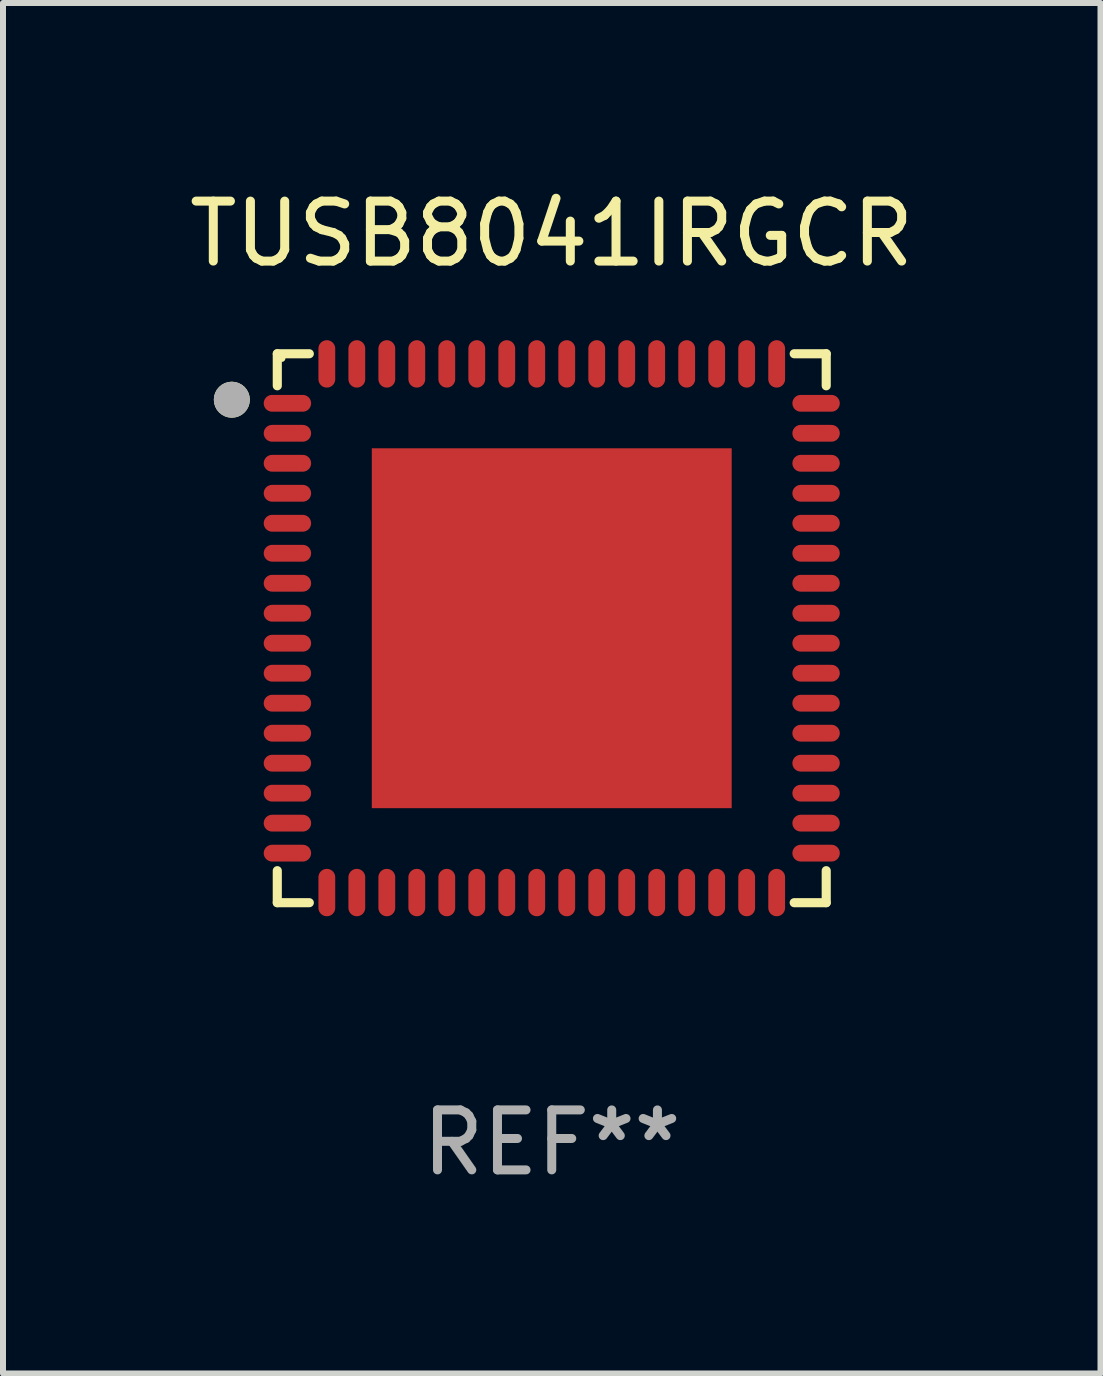
<source format=kicad_pcb>
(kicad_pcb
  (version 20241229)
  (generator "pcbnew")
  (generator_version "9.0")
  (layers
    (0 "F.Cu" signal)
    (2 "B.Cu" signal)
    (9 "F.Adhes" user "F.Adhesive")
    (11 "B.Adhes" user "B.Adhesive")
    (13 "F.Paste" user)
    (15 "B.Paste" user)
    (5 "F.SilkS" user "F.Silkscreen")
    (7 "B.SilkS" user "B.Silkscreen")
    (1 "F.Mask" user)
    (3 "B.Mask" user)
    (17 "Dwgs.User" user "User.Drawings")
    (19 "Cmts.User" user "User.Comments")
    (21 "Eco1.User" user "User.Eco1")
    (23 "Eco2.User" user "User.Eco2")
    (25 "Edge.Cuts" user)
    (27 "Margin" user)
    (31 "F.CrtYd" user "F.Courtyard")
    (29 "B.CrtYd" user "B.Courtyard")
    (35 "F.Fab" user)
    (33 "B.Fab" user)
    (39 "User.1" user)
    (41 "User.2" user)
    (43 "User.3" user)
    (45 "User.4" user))
  (footprint "TUSB8041IRGCR"
    (layer "F.Cu")
    (at 6.149 7.424)
    (property "Reference" "TUSB8041IRGCR" (at 0 -6.576 0) (layer "F.SilkS") (effects (font (size 1 1) (thickness 0.15))))
    (attr through_hole)
    (fp_line (start -4.576 -4.576) (end -4.042 -4.576) (stroke (width 0.152) (type solid)) (layer "F.SilkS"))
    (fp_line (start -4.576 -4.042) (end -4.576 -4.576) (stroke (width 0.152) (type solid)) (layer "F.SilkS"))
    (fp_line (start -4.576 4.042) (end -4.576 4.576) (stroke (width 0.152) (type solid)) (layer "F.SilkS"))
    (fp_line (start -4.576 4.576) (end -4.042 4.576) (stroke (width 0.152) (type solid)) (layer "F.SilkS"))
    (fp_line (start 4.576 -4.576) (end 4.042 -4.576) (stroke (width 0.152) (type solid)) (layer "F.SilkS"))
    (fp_line (start 4.576 -4.042) (end 4.576 -4.576) (stroke (width 0.152) (type solid)) (layer "F.SilkS"))
    (fp_line (start 4.576 4.042) (end 4.576 4.576) (stroke (width 0.152) (type solid)) (layer "F.SilkS"))
    (fp_line (start 4.576 4.576) (end 4.042 4.576) (stroke (width 0.152) (type solid)) (layer "F.SilkS"))
    (fp_circle (center -5.334 -3.81) (end -5.184 -3.81) (stroke (width 0.3) (type solid)) (fill no) (layer "F.SilkS"))
    (fp_circle (center -4.5 -4.5) (end -4.47 -4.5) (stroke (width 0.06) (type solid)) (fill no) (layer "F.SilkS"))
    (fp_circle (center -5.334 -3.81) (end -5.184 -3.81) (stroke (width 0.3) (type solid)) (fill no) (layer "F.Fab"))
    (fp_text user "REF**" (at 0 8.576 0) (layer "F.Fab") (effects (font (size 1 1) (thickness 0.15))))
    (pad "1" smd oval (at -4.407 -3.75) (size 0.79 0.28) (layers "F.Cu" "F.Mask" "F.Paste"))
    (pad "2" smd oval (at -4.407 -3.25) (size 0.79 0.28) (layers "F.Cu" "F.Mask" "F.Paste"))
    (pad "3" smd oval (at -4.407 -2.75) (size 0.79 0.28) (layers "F.Cu" "F.Mask" "F.Paste"))
    (pad "4" smd oval (at -4.407 -2.25) (size 0.79 0.28) (layers "F.Cu" "F.Mask" "F.Paste"))
    (pad "5" smd oval (at -4.407 -1.75) (size 0.79 0.28) (layers "F.Cu" "F.Mask" "F.Paste"))
    (pad "6" smd oval (at -4.407 -1.25) (size 0.79 0.28) (layers "F.Cu" "F.Mask" "F.Paste"))
    (pad "7" smd oval (at -4.407 -0.75) (size 0.79 0.28) (layers "F.Cu" "F.Mask" "F.Paste"))
    (pad "8" smd oval (at -4.407 -0.25) (size 0.79 0.28) (layers "F.Cu" "F.Mask" "F.Paste"))
    (pad "9" smd oval (at -4.407 0.25) (size 0.79 0.28) (layers "F.Cu" "F.Mask" "F.Paste"))
    (pad "10" smd oval (at -4.407 0.75) (size 0.79 0.28) (layers "F.Cu" "F.Mask" "F.Paste"))
    (pad "11" smd oval (at -4.407 1.25) (size 0.79 0.28) (layers "F.Cu" "F.Mask" "F.Paste"))
    (pad "12" smd oval (at -4.407 1.75) (size 0.79 0.28) (layers "F.Cu" "F.Mask" "F.Paste"))
    (pad "13" smd oval (at -4.407 2.25) (size 0.79 0.28) (layers "F.Cu" "F.Mask" "F.Paste"))
    (pad "14" smd oval (at -4.407 2.75) (size 0.79 0.28) (layers "F.Cu" "F.Mask" "F.Paste"))
    (pad "15" smd oval (at -4.407 3.25) (size 0.79 0.28) (layers "F.Cu" "F.Mask" "F.Paste"))
    (pad "16" smd oval (at -4.407 3.75) (size 0.79 0.28) (layers "F.Cu" "F.Mask" "F.Paste"))
    (pad "17" smd oval (at -3.75 4.407) (size 0.28 0.79) (layers "F.Cu" "F.Mask" "F.Paste"))
    (pad "18" smd oval (at -3.25 4.407) (size 0.28 0.79) (layers "F.Cu" "F.Mask" "F.Paste"))
    (pad "19" smd oval (at -2.75 4.407) (size 0.28 0.79) (layers "F.Cu" "F.Mask" "F.Paste"))
    (pad "20" smd oval (at -2.25 4.407) (size 0.28 0.79) (layers "F.Cu" "F.Mask" "F.Paste"))
    (pad "21" smd oval (at -1.75 4.407) (size 0.28 0.79) (layers "F.Cu" "F.Mask" "F.Paste"))
    (pad "22" smd oval (at -1.25 4.407) (size 0.28 0.79) (layers "F.Cu" "F.Mask" "F.Paste"))
    (pad "23" smd oval (at -0.75 4.407) (size 0.28 0.79) (layers "F.Cu" "F.Mask" "F.Paste"))
    (pad "24" smd oval (at -0.25 4.407) (size 0.28 0.79) (layers "F.Cu" "F.Mask" "F.Paste"))
    (pad "25" smd oval (at 0.25 4.407) (size 0.28 0.79) (layers "F.Cu" "F.Mask" "F.Paste"))
    (pad "26" smd oval (at 0.75 4.407) (size 0.28 0.79) (layers "F.Cu" "F.Mask" "F.Paste"))
    (pad "27" smd oval (at 1.25 4.407) (size 0.28 0.79) (layers "F.Cu" "F.Mask" "F.Paste"))
    (pad "28" smd oval (at 1.75 4.407) (size 0.28 0.79) (layers "F.Cu" "F.Mask" "F.Paste"))
    (pad "29" smd oval (at 2.25 4.407) (size 0.28 0.79) (layers "F.Cu" "F.Mask" "F.Paste"))
    (pad "30" smd oval (at 2.75 4.407) (size 0.28 0.79) (layers "F.Cu" "F.Mask" "F.Paste"))
    (pad "31" smd oval (at 3.25 4.407) (size 0.28 0.79) (layers "F.Cu" "F.Mask" "F.Paste"))
    (pad "32" smd oval (at 3.75 4.407) (size 0.28 0.79) (layers "F.Cu" "F.Mask" "F.Paste"))
    (pad "33" smd oval (at 4.407 3.75) (size 0.79 0.28) (layers "F.Cu" "F.Mask" "F.Paste"))
    (pad "34" smd oval (at 4.407 3.25) (size 0.79 0.28) (layers "F.Cu" "F.Mask" "F.Paste"))
    (pad "35" smd oval (at 4.407 2.75) (size 0.79 0.28) (layers "F.Cu" "F.Mask" "F.Paste"))
    (pad "36" smd oval (at 4.407 2.25) (size 0.79 0.28) (layers "F.Cu" "F.Mask" "F.Paste"))
    (pad "37" smd oval (at 4.407 1.75) (size 0.79 0.28) (layers "F.Cu" "F.Mask" "F.Paste"))
    (pad "38" smd oval (at 4.407 1.25) (size 0.79 0.28) (layers "F.Cu" "F.Mask" "F.Paste"))
    (pad "39" smd oval (at 4.407 0.75) (size 0.79 0.28) (layers "F.Cu" "F.Mask" "F.Paste"))
    (pad "40" smd oval (at 4.407 0.25) (size 0.79 0.28) (layers "F.Cu" "F.Mask" "F.Paste"))
    (pad "41" smd oval (at 4.407 -0.25) (size 0.79 0.28) (layers "F.Cu" "F.Mask" "F.Paste"))
    (pad "42" smd oval (at 4.407 -0.75) (size 0.79 0.28) (layers "F.Cu" "F.Mask" "F.Paste"))
    (pad "43" smd oval (at 4.407 -1.25) (size 0.79 0.28) (layers "F.Cu" "F.Mask" "F.Paste"))
    (pad "44" smd oval (at 4.407 -1.75) (size 0.79 0.28) (layers "F.Cu" "F.Mask" "F.Paste"))
    (pad "45" smd oval (at 4.407 -2.25) (size 0.79 0.28) (layers "F.Cu" "F.Mask" "F.Paste"))
    (pad "46" smd oval (at 4.407 -2.75) (size 0.79 0.28) (layers "F.Cu" "F.Mask" "F.Paste"))
    (pad "47" smd oval (at 4.407 -3.25) (size 0.79 0.28) (layers "F.Cu" "F.Mask" "F.Paste"))
    (pad "48" smd oval (at 4.407 -3.75) (size 0.79 0.28) (layers "F.Cu" "F.Mask" "F.Paste"))
    (pad "49" smd oval (at 3.75 -4.407) (size 0.28 0.79) (layers "F.Cu" "F.Mask" "F.Paste"))
    (pad "50" smd oval (at 3.25 -4.407) (size 0.28 0.79) (layers "F.Cu" "F.Mask" "F.Paste"))
    (pad "51" smd oval (at 2.75 -4.407) (size 0.28 0.79) (layers "F.Cu" "F.Mask" "F.Paste"))
    (pad "52" smd oval (at 2.25 -4.407) (size 0.28 0.79) (layers "F.Cu" "F.Mask" "F.Paste"))
    (pad "53" smd oval (at 1.75 -4.407) (size 0.28 0.79) (layers "F.Cu" "F.Mask" "F.Paste"))
    (pad "54" smd oval (at 1.25 -4.407) (size 0.28 0.79) (layers "F.Cu" "F.Mask" "F.Paste"))
    (pad "55" smd oval (at 0.75 -4.407) (size 0.28 0.79) (layers "F.Cu" "F.Mask" "F.Paste"))
    (pad "56" smd oval (at 0.25 -4.407) (size 0.28 0.79) (layers "F.Cu" "F.Mask" "F.Paste"))
    (pad "57" smd oval (at -0.25 -4.407) (size 0.28 0.79) (layers "F.Cu" "F.Mask" "F.Paste"))
    (pad "58" smd oval (at -0.75 -4.407) (size 0.28 0.79) (layers "F.Cu" "F.Mask" "F.Paste"))
    (pad "59" smd oval (at -1.25 -4.407) (size 0.28 0.79) (layers "F.Cu" "F.Mask" "F.Paste"))
    (pad "60" smd oval (at -1.75 -4.407) (size 0.28 0.79) (layers "F.Cu" "F.Mask" "F.Paste"))
    (pad "61" smd oval (at -2.25 -4.407) (size 0.28 0.79) (layers "F.Cu" "F.Mask" "F.Paste"))
    (pad "62" smd oval (at -2.75 -4.407) (size 0.28 0.79) (layers "F.Cu" "F.Mask" "F.Paste"))
    (pad "63" smd oval (at -3.25 -4.407) (size 0.28 0.79) (layers "F.Cu" "F.Mask" "F.Paste"))
    (pad "64" smd oval (at -3.75 -4.407) (size 0.28 0.79) (layers "F.Cu" "F.Mask" "F.Paste"))
    (pad "65" smd rect (at 0 0) (size 6 6) (layers "F.Cu" "F.Mask" "F.Paste")))
  (gr_rect
    (start -3 -3)
    (end 15.298 19.849)
    (stroke (width 0.1) (type default))
    (fill no)
    (layer "Edge.Cuts")))
</source>
